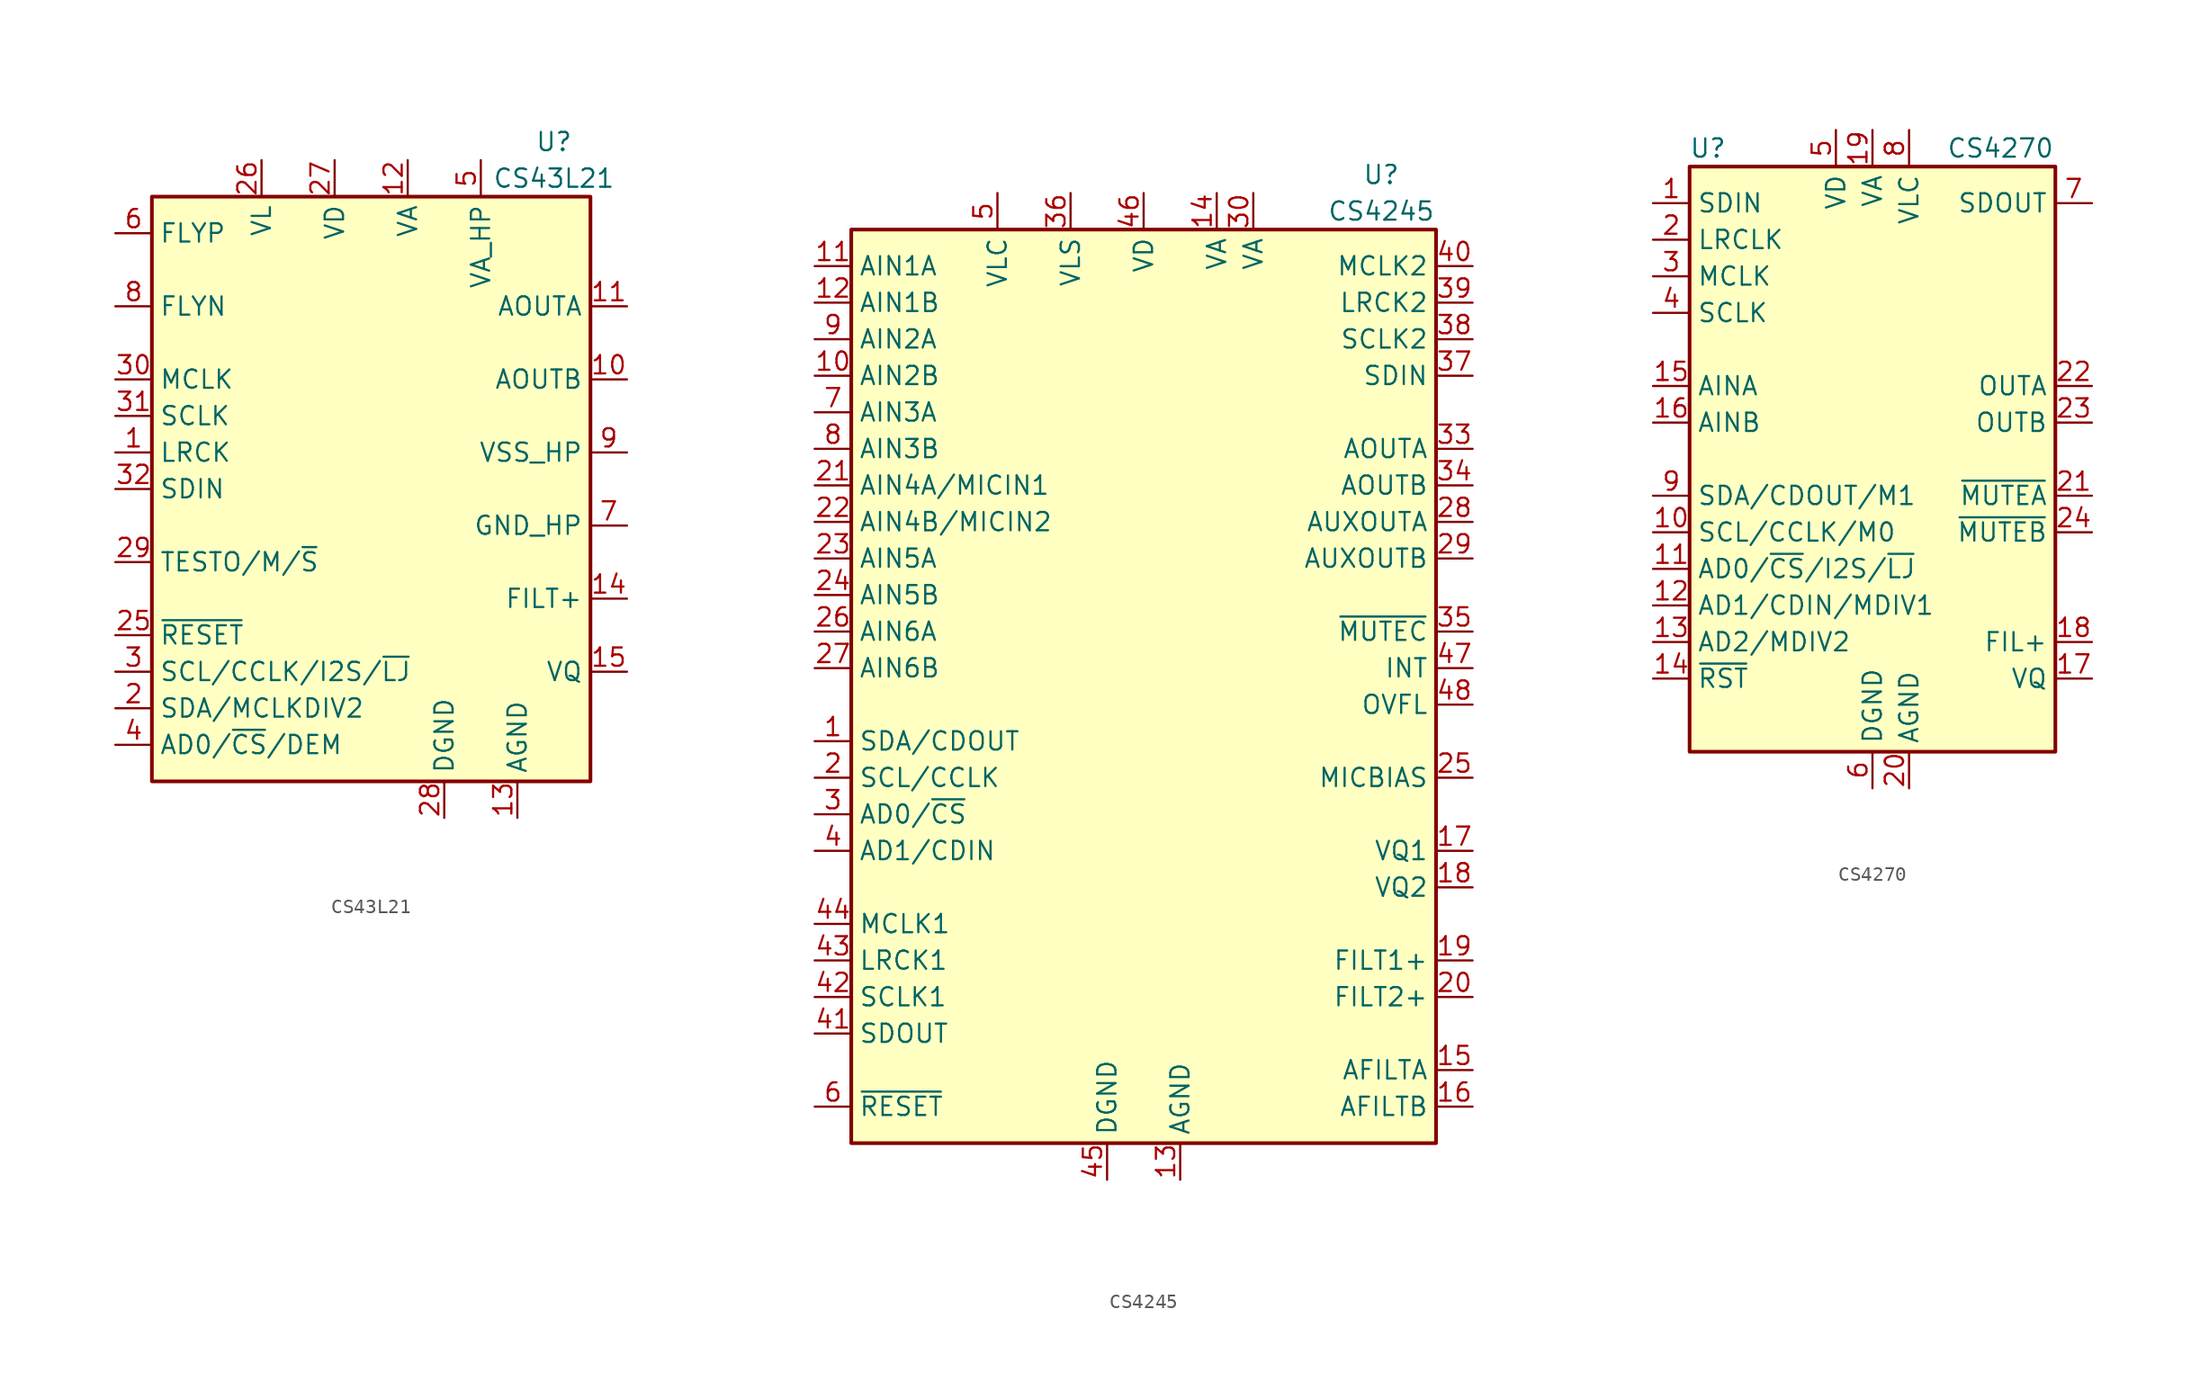
<source format=kicad_sym>
(kicad_symbol_lib
  (version 20241209)
  (generator "kicad_symbol_editor")
  (generator_version "9.0")
  (symbol "CS43L21"
    (property "Reference" "U"
      (at 12.7 24.13 0)
      (effects (font (size 1.27 1.27))))
    (property "Value" "CS43L21"
      (at 12.7 21.59 0)
      (effects (font (size 1.27 1.27))))
    (symbol "CS43L21_0_1"
      (rectangle (start -15.24 20.32) (end 15.24 -20.32) (stroke (width 0.254) (type default)) (fill (type background))))
    (symbol "CS43L21_1_1"
      (pin input line (at -17.78 17.78 0) (length 2.54) (name "FLYP" (effects (font (size 1.27 1.27)))) (number "6" (effects (font (size 1.27 1.27)))))
      (pin input line (at -17.78 12.7 0) (length 2.54) (name "FLYN" (effects (font (size 1.27 1.27)))) (number "8" (effects (font (size 1.27 1.27)))))
      (pin input line (at -17.78 7.62 0) (length 2.54) (name "MCLK" (effects (font (size 1.27 1.27)))) (number "30" (effects (font (size 1.27 1.27)))))
      (pin input line (at -17.78 5.08 0) (length 2.54) (name "SCLK" (effects (font (size 1.27 1.27)))) (number "31" (effects (font (size 1.27 1.27)))))
      (pin bidirectional line (at -17.78 2.54 0) (length 2.54) (name "LRCK" (effects (font (size 1.27 1.27)))) (number "1" (effects (font (size 1.27 1.27)))))
      (pin input line (at -17.78 0 0) (length 2.54) (name "SDIN" (effects (font (size 1.27 1.27)))) (number "32" (effects (font (size 1.27 1.27)))))
      (pin input line (at -17.78 -5.08 0) (length 2.54) (name "TESTO/M/~{S}" (effects (font (size 1.27 1.27)))) (number "29" (effects (font (size 1.27 1.27)))))
      (pin input line (at -17.78 -10.16 0) (length 2.54) (name "~{RESET}" (effects (font (size 1.27 1.27)))) (number "25" (effects (font (size 1.27 1.27)))))
      (pin input line (at -17.78 -12.7 0) (length 2.54) (name "SCL/CCLK/I2S/~{LJ}" (effects (font (size 1.27 1.27)))) (number "3" (effects (font (size 1.27 1.27)))))
      (pin bidirectional line (at -17.78 -15.24 0) (length 2.54) (name "SDA/MCLKDIV2" (effects (font (size 1.27 1.27)))) (number "2" (effects (font (size 1.27 1.27)))))
      (pin input line (at -17.78 -17.78 0) (length 2.54) (name "AD0/~{CS}/DEM" (effects (font (size 1.27 1.27)))) (number "4" (effects (font (size 1.27 1.27)))))
      (pin no_connect line (at -12.7 -20.32 90) (length 2.54) (hide yes) (name "NIC" (effects (font (size 1.27 1.27)))) (number "16" (effects (font (size 1.27 1.27)))))
      (pin no_connect line (at -10.16 -20.32 90) (length 2.54) (hide yes) (name "TSTO" (effects (font (size 1.27 1.27)))) (number "17" (effects (font (size 1.27 1.27)))))
      (pin input line (at -7.62 22.86 270) (length 2.54) (name "VL" (effects (font (size 1.27 1.27)))) (number "26" (effects (font (size 1.27 1.27)))))
      (pin no_connect line (at -7.62 -20.32 90) (length 2.54) (hide yes) (name "TSTO" (effects (font (size 1.27 1.27)))) (number "18" (effects (font (size 1.27 1.27)))))
      (pin no_connect line (at -5.08 -20.32 90) (length 2.54) (hide yes) (name "TSTO" (effects (font (size 1.27 1.27)))) (number "19" (effects (font (size 1.27 1.27)))))
      (pin power_in line (at -2.54 22.86 270) (length 2.54) (name "VD" (effects (font (size 1.27 1.27)))) (number "27" (effects (font (size 1.27 1.27)))))
      (pin no_connect line (at -2.54 -20.32 90) (length 2.54) (hide yes) (name "TSTO" (effects (font (size 1.27 1.27)))) (number "20" (effects (font (size 1.27 1.27)))))
      (pin no_connect line (at 0 -20.32 90) (length 2.54) (hide yes) (name "TSTO" (effects (font (size 1.27 1.27)))) (number "21" (effects (font (size 1.27 1.27)))))
      (pin input line (at 2.54 22.86 270) (length 2.54) (name "VA" (effects (font (size 1.27 1.27)))) (number "12" (effects (font (size 1.27 1.27)))))
      (pin no_connect line (at 2.54 -20.32 90) (length 2.54) (hide yes) (name "TSTO" (effects (font (size 1.27 1.27)))) (number "22" (effects (font (size 1.27 1.27)))))
      (pin power_in line (at 5.08 -22.86 90) (length 2.54) (name "DGND" (effects (font (size 1.27 1.27)))) (number "28" (effects (font (size 1.27 1.27)))))
      (pin input line (at 7.62 22.86 270) (length 2.54) (name "VA_HP" (effects (font (size 1.27 1.27)))) (number "5" (effects (font (size 1.27 1.27)))))
      (pin no_connect line (at 7.62 -20.32 90) (length 2.54) (hide yes) (name "TSTO" (effects (font (size 1.27 1.27)))) (number "23" (effects (font (size 1.27 1.27)))))
      (pin power_in line (at 10.16 -22.86 90) (length 2.54) (name "AGND" (effects (font (size 1.27 1.27)))) (number "13" (effects (font (size 1.27 1.27)))))
      (pin passive line (at 10.16 -22.86 90) (length 2.54) (hide yes) (name "AGND" (effects (font (size 1.27 1.27)))) (number "33" (effects (font (size 1.27 1.27)))))
      (pin no_connect line (at 12.7 -20.32 90) (length 2.54) (hide yes) (name "TSTO" (effects (font (size 1.27 1.27)))) (number "24" (effects (font (size 1.27 1.27)))))
      (pin output line (at 17.78 12.7 180) (length 2.54) (name "AOUTA" (effects (font (size 1.27 1.27)))) (number "11" (effects (font (size 1.27 1.27)))))
      (pin output line (at 17.78 7.62 180) (length 2.54) (name "AOUTB" (effects (font (size 1.27 1.27)))) (number "10" (effects (font (size 1.27 1.27)))))
      (pin output line (at 17.78 2.54 180) (length 2.54) (name "VSS_HP" (effects (font (size 1.27 1.27)))) (number "9" (effects (font (size 1.27 1.27)))))
      (pin input line (at 17.78 -2.54 180) (length 2.54) (name "GND_HP" (effects (font (size 1.27 1.27)))) (number "7" (effects (font (size 1.27 1.27)))))
      (pin output line (at 17.78 -7.62 180) (length 2.54) (name "FILT+" (effects (font (size 1.27 1.27)))) (number "14" (effects (font (size 1.27 1.27)))))
      (pin output line (at 17.78 -12.7 180) (length 2.54) (name "VQ" (effects (font (size 1.27 1.27)))) (number "15" (effects (font (size 1.27 1.27)))))))
  (symbol "CS4245"
    (property "Reference" "U"
      (at 16.51 36.83 0)
      (effects (font (size 1.27 1.27))))
    (property "Value" "CS4245"
      (at 16.51 34.29 0)
      (effects (font (size 1.27 1.27))))
    (symbol "CS4245_0_1"
      (rectangle (start -20.32 33.02) (end 20.32 -30.48) (stroke (width 0.254) (type default)) (fill (type background))))
    (symbol "CS4245_1_1"
      (pin input line (at -22.86 30.48 0) (length 2.54) (name "AIN1A" (effects (font (size 1.27 1.27)))) (number "11" (effects (font (size 1.27 1.27)))))
      (pin input line (at -22.86 27.94 0) (length 2.54) (name "AIN1B" (effects (font (size 1.27 1.27)))) (number "12" (effects (font (size 1.27 1.27)))))
      (pin input line (at -22.86 25.4 0) (length 2.54) (name "AIN2A" (effects (font (size 1.27 1.27)))) (number "9" (effects (font (size 1.27 1.27)))))
      (pin input line (at -22.86 22.86 0) (length 2.54) (name "AIN2B" (effects (font (size 1.27 1.27)))) (number "10" (effects (font (size 1.27 1.27)))))
      (pin input line (at -22.86 20.32 0) (length 2.54) (name "AIN3A" (effects (font (size 1.27 1.27)))) (number "7" (effects (font (size 1.27 1.27)))))
      (pin input line (at -22.86 17.78 0) (length 2.54) (name "AIN3B" (effects (font (size 1.27 1.27)))) (number "8" (effects (font (size 1.27 1.27)))))
      (pin input line (at -22.86 15.24 0) (length 2.54) (name "AIN4A/MICIN1" (effects (font (size 1.27 1.27)))) (number "21" (effects (font (size 1.27 1.27)))))
      (pin input line (at -22.86 12.7 0) (length 2.54) (name "AIN4B/MICIN2" (effects (font (size 1.27 1.27)))) (number "22" (effects (font (size 1.27 1.27)))))
      (pin input line (at -22.86 10.16 0) (length 2.54) (name "AIN5A" (effects (font (size 1.27 1.27)))) (number "23" (effects (font (size 1.27 1.27)))))
      (pin input line (at -22.86 7.62 0) (length 2.54) (name "AIN5B" (effects (font (size 1.27 1.27)))) (number "24" (effects (font (size 1.27 1.27)))))
      (pin input line (at -22.86 5.08 0) (length 2.54) (name "AIN6A" (effects (font (size 1.27 1.27)))) (number "26" (effects (font (size 1.27 1.27)))))
      (pin input line (at -22.86 2.54 0) (length 2.54) (name "AIN6B" (effects (font (size 1.27 1.27)))) (number "27" (effects (font (size 1.27 1.27)))))
      (pin bidirectional line (at -22.86 -2.54 0) (length 2.54) (name "SDA/CDOUT" (effects (font (size 1.27 1.27)))) (number "1" (effects (font (size 1.27 1.27)))))
      (pin input line (at -22.86 -5.08 0) (length 2.54) (name "SCL/CCLK" (effects (font (size 1.27 1.27)))) (number "2" (effects (font (size 1.27 1.27)))))
      (pin input line (at -22.86 -7.62 0) (length 2.54) (name "AD0/~{CS}" (effects (font (size 1.27 1.27)))) (number "3" (effects (font (size 1.27 1.27)))))
      (pin input line (at -22.86 -10.16 0) (length 2.54) (name "AD1/CDIN" (effects (font (size 1.27 1.27)))) (number "4" (effects (font (size 1.27 1.27)))))
      (pin input line (at -22.86 -15.24 0) (length 2.54) (name "MCLK1" (effects (font (size 1.27 1.27)))) (number "44" (effects (font (size 1.27 1.27)))))
      (pin bidirectional line (at -22.86 -17.78 0) (length 2.54) (name "LRCK1" (effects (font (size 1.27 1.27)))) (number "43" (effects (font (size 1.27 1.27)))))
      (pin bidirectional line (at -22.86 -20.32 0) (length 2.54) (name "SCLK1" (effects (font (size 1.27 1.27)))) (number "42" (effects (font (size 1.27 1.27)))))
      (pin output line (at -22.86 -22.86 0) (length 2.54) (name "SDOUT" (effects (font (size 1.27 1.27)))) (number "41" (effects (font (size 1.27 1.27)))))
      (pin input line (at -22.86 -27.94 0) (length 2.54) (name "~{RESET}" (effects (font (size 1.27 1.27)))) (number "6" (effects (font (size 1.27 1.27)))))
      (pin input line (at -10.16 35.56 270) (length 2.54) (name "VLC" (effects (font (size 1.27 1.27)))) (number "5" (effects (font (size 1.27 1.27)))))
      (pin power_in line (at -5.08 35.56 270) (length 2.54) (name "VLS" (effects (font (size 1.27 1.27)))) (number "36" (effects (font (size 1.27 1.27)))))
      (pin power_in line (at -2.54 -33.02 90) (length 2.54) (name "DGND" (effects (font (size 1.27 1.27)))) (number "45" (effects (font (size 1.27 1.27)))))
      (pin power_in line (at 0 35.56 270) (length 2.54) (name "VD" (effects (font (size 1.27 1.27)))) (number "46" (effects (font (size 1.27 1.27)))))
      (pin power_in line (at 2.54 -33.02 90) (length 2.54) (name "AGND" (effects (font (size 1.27 1.27)))) (number "13" (effects (font (size 1.27 1.27)))))
      (pin passive line (at 2.54 -33.02 90) (length 2.54) (hide yes) (name "AGND" (effects (font (size 1.27 1.27)))) (number "31" (effects (font (size 1.27 1.27)))))
      (pin passive line (at 2.54 -33.02 90) (length 2.54) (hide yes) (name "AGND" (effects (font (size 1.27 1.27)))) (number "32" (effects (font (size 1.27 1.27)))))
      (pin power_in line (at 5.08 35.56 270) (length 2.54) (name "VA" (effects (font (size 1.27 1.27)))) (number "14" (effects (font (size 1.27 1.27)))))
      (pin power_in line (at 7.62 35.56 270) (length 2.54) (name "VA" (effects (font (size 1.27 1.27)))) (number "30" (effects (font (size 1.27 1.27)))))
      (pin input line (at 22.86 30.48 180) (length 2.54) (name "MCLK2" (effects (font (size 1.27 1.27)))) (number "40" (effects (font (size 1.27 1.27)))))
      (pin bidirectional line (at 22.86 27.94 180) (length 2.54) (name "LRCK2" (effects (font (size 1.27 1.27)))) (number "39" (effects (font (size 1.27 1.27)))))
      (pin bidirectional line (at 22.86 25.4 180) (length 2.54) (name "SCLK2" (effects (font (size 1.27 1.27)))) (number "38" (effects (font (size 1.27 1.27)))))
      (pin input line (at 22.86 22.86 180) (length 2.54) (name "SDIN" (effects (font (size 1.27 1.27)))) (number "37" (effects (font (size 1.27 1.27)))))
      (pin output line (at 22.86 17.78 180) (length 2.54) (name "AOUTA" (effects (font (size 1.27 1.27)))) (number "33" (effects (font (size 1.27 1.27)))))
      (pin output line (at 22.86 15.24 180) (length 2.54) (name "AOUTB" (effects (font (size 1.27 1.27)))) (number "34" (effects (font (size 1.27 1.27)))))
      (pin output line (at 22.86 12.7 180) (length 2.54) (name "AUXOUTA" (effects (font (size 1.27 1.27)))) (number "28" (effects (font (size 1.27 1.27)))))
      (pin output line (at 22.86 10.16 180) (length 2.54) (name "AUXOUTB" (effects (font (size 1.27 1.27)))) (number "29" (effects (font (size 1.27 1.27)))))
      (pin output line (at 22.86 5.08 180) (length 2.54) (name "~{MUTEC}" (effects (font (size 1.27 1.27)))) (number "35" (effects (font (size 1.27 1.27)))))
      (pin output line (at 22.86 2.54 180) (length 2.54) (name "INT" (effects (font (size 1.27 1.27)))) (number "47" (effects (font (size 1.27 1.27)))))
      (pin output line (at 22.86 0 180) (length 2.54) (name "OVFL" (effects (font (size 1.27 1.27)))) (number "48" (effects (font (size 1.27 1.27)))))
      (pin output line (at 22.86 -5.08 180) (length 2.54) (name "MICBIAS" (effects (font (size 1.27 1.27)))) (number "25" (effects (font (size 1.27 1.27)))))
      (pin output line (at 22.86 -10.16 180) (length 2.54) (name "VQ1" (effects (font (size 1.27 1.27)))) (number "17" (effects (font (size 1.27 1.27)))))
      (pin output line (at 22.86 -12.7 180) (length 2.54) (name "VQ2" (effects (font (size 1.27 1.27)))) (number "18" (effects (font (size 1.27 1.27)))))
      (pin output line (at 22.86 -17.78 180) (length 2.54) (name "FILT1+" (effects (font (size 1.27 1.27)))) (number "19" (effects (font (size 1.27 1.27)))))
      (pin output line (at 22.86 -20.32 180) (length 2.54) (name "FILT2+" (effects (font (size 1.27 1.27)))) (number "20" (effects (font (size 1.27 1.27)))))
      (pin output line (at 22.86 -25.4 180) (length 2.54) (name "AFILTA" (effects (font (size 1.27 1.27)))) (number "15" (effects (font (size 1.27 1.27)))))
      (pin output line (at 22.86 -27.94 180) (length 2.54) (name "AFILTB" (effects (font (size 1.27 1.27)))) (number "16" (effects (font (size 1.27 1.27)))))))
  (symbol "CS4270"
    (property "Reference" "U"
      (at -11.43 21.59 0)
      (effects (font (size 1.27 1.27))))
    (property "Value" "CS4270"
      (at 8.89 21.59 0)
      (effects (font (size 1.27 1.27))))
    (symbol "CS4270_0_1"
      (rectangle (start -12.7 20.32) (end 12.7 -20.32) (stroke (width 0.254) (type default)) (fill (type background))))
    (symbol "CS4270_1_0"
      (pin input line (at -15.24 17.78 0) (length 2.54) (name "SDIN" (effects (font (size 1.27 1.27)))) (number "1" (effects (font (size 1.27 1.27)))))
      (pin bidirectional line (at -15.24 15.24 0) (length 2.54) (name "LRCLK" (effects (font (size 1.27 1.27)))) (number "2" (effects (font (size 1.27 1.27)))))
      (pin input line (at -15.24 12.7 0) (length 2.54) (name "MCLK" (effects (font (size 1.27 1.27)))) (number "3" (effects (font (size 1.27 1.27)))))
      (pin bidirectional line (at -15.24 10.16 0) (length 2.54) (name "SCLK" (effects (font (size 1.27 1.27)))) (number "4" (effects (font (size 1.27 1.27)))))
      (pin input line (at -15.24 5.08 0) (length 2.54) (name "AINA" (effects (font (size 1.27 1.27)))) (number "15" (effects (font (size 1.27 1.27)))))
      (pin input line (at -15.24 2.54 0) (length 2.54) (name "AINB" (effects (font (size 1.27 1.27)))) (number "16" (effects (font (size 1.27 1.27)))))
      (pin bidirectional line (at -15.24 -2.54 0) (length 2.54) (name "SDA/CDOUT/M1" (effects (font (size 1.27 1.27)))) (number "9" (effects (font (size 1.27 1.27)))))
      (pin input line (at -15.24 -5.08 0) (length 2.54) (name "SCL/CCLK/M0" (effects (font (size 1.27 1.27)))) (number "10" (effects (font (size 1.27 1.27)))))
      (pin input line (at -15.24 -7.62 0) (length 2.54) (name "AD0/~{CS}/I2S/~{LJ}" (effects (font (size 1.27 1.27)))) (number "11" (effects (font (size 1.27 1.27)))))
      (pin input line (at -15.24 -10.16 0) (length 2.54) (name "AD1/CDIN/MDIV1" (effects (font (size 1.27 1.27)))) (number "12" (effects (font (size 1.27 1.27)))))
      (pin input line (at -15.24 -12.7 0) (length 2.54) (name "AD2/MDIV2" (effects (font (size 1.27 1.27)))) (number "13" (effects (font (size 1.27 1.27)))))
      (pin input line (at -15.24 -15.24 0) (length 2.54) (name "~{RST}" (effects (font (size 1.27 1.27)))) (number "14" (effects (font (size 1.27 1.27)))))
      (pin power_in line (at -2.54 22.86 270) (length 2.54) (name "VD" (effects (font (size 1.27 1.27)))) (number "5" (effects (font (size 1.27 1.27)))))
      (pin power_in line (at 0 22.86 270) (length 2.54) (name "VA" (effects (font (size 1.27 1.27)))) (number "19" (effects (font (size 1.27 1.27)))))
      (pin power_in line (at 0 -22.86 90) (length 2.54) (name "DGND" (effects (font (size 1.27 1.27)))) (number "6" (effects (font (size 1.27 1.27)))))
      (pin power_in line (at 2.54 22.86 270) (length 2.54) (name "VLC" (effects (font (size 1.27 1.27)))) (number "8" (effects (font (size 1.27 1.27)))))
      (pin power_in line (at 2.54 -22.86 90) (length 2.54) (name "AGND" (effects (font (size 1.27 1.27)))) (number "20" (effects (font (size 1.27 1.27)))))
      (pin output line (at 15.24 17.78 180) (length 2.54) (name "SDOUT" (effects (font (size 1.27 1.27)))) (number "7" (effects (font (size 1.27 1.27)))))
      (pin output line (at 15.24 5.08 180) (length 2.54) (name "OUTA" (effects (font (size 1.27 1.27)))) (number "22" (effects (font (size 1.27 1.27)))))
      (pin output line (at 15.24 2.54 180) (length 2.54) (name "OUTB" (effects (font (size 1.27 1.27)))) (number "23" (effects (font (size 1.27 1.27)))))
      (pin input line (at 15.24 -2.54 180) (length 2.54) (name "~{MUTEA}" (effects (font (size 1.27 1.27)))) (number "21" (effects (font (size 1.27 1.27)))))
      (pin input line (at 15.24 -5.08 180) (length 2.54) (name "~{MUTEB}" (effects (font (size 1.27 1.27)))) (number "24" (effects (font (size 1.27 1.27)))))
      (pin passive line (at 15.24 -12.7 180) (length 2.54) (name "FIL+" (effects (font (size 1.27 1.27)))) (number "18" (effects (font (size 1.27 1.27)))))
      (pin passive line (at 15.24 -15.24 180) (length 2.54) (name "VQ" (effects (font (size 1.27 1.27)))) (number "17" (effects (font (size 1.27 1.27))))))))
</source>
